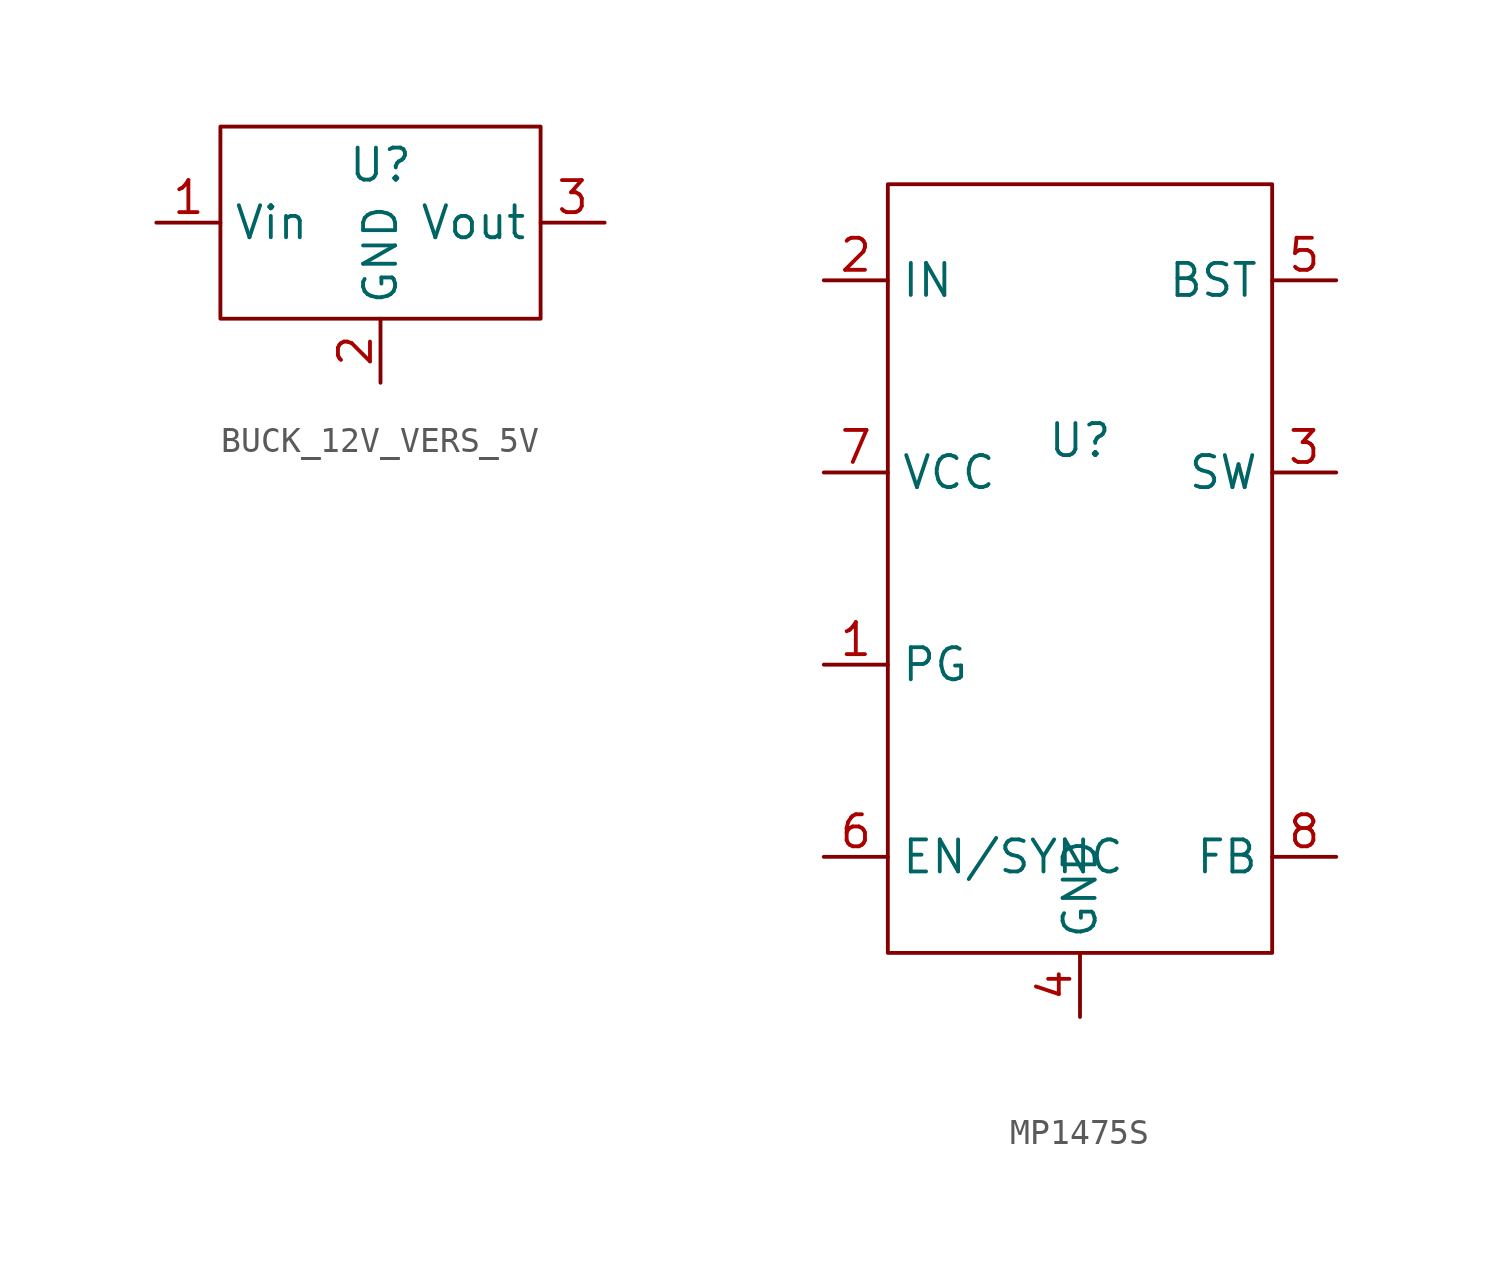
<source format=kicad_sym>
(kicad_symbol_lib
  (version 20231120)
  (generator "kicad_symbol_editor")
  (generator_version "8.0")
  (symbol "BUCK_12V_VERS_5V"
    (property "Reference" "U"
      (at 0 2.286 0)
      (effects (font (size 1.27 1.27))))
    (property "Value" ""
      (at 0 0 0)
      (effects (font (size 1.27 1.27))))
    (symbol "BUCK_12V_VERS_5V_0_1"
      (rectangle (start -6.35 3.81) (end 6.35 -3.81) (stroke (width 0) (type default)) (fill (type none))))
    (symbol "BUCK_12V_VERS_5V_1_1"
      (pin input line (at -8.89 0 0) (length 2.54) (name "Vin" (effects (font (size 1.27 1.27)))) (number "1" (effects (font (size 1.27 1.27)))))
      (pin input line (at 0 -6.35 90) (length 2.54) (name "GND" (effects (font (size 1.27 1.27)))) (number "2" (effects (font (size 1.27 1.27)))))
      (pin input line (at 8.89 0 180) (length 2.54) (name "Vout" (effects (font (size 1.27 1.27)))) (number "3" (effects (font (size 1.27 1.27)))))))
  (symbol "MP1475S"
    (property "Reference" "U"
      (at 0 3.81 0)
      (effects (font (size 1.27 1.27))))
    (property "Value" ""
      (at -1.27 0 0)
      (effects (font (size 1.27 1.27))))
    (symbol "MP1475S_0_1"
      (rectangle (start -7.62 13.97) (end 7.62 -16.51) (stroke (width 0) (type default)) (fill (type none))))
    (symbol "MP1475S_1_1"
      (pin passive line (at -10.16 -5.08 0) (length 2.54) (name "PG" (effects (font (size 1.27 1.27)))) (number "1" (effects (font (size 1.27 1.27)))))
      (pin input line (at -10.16 10.16 0) (length 2.54) (name "IN" (effects (font (size 1.27 1.27)))) (number "2" (effects (font (size 1.27 1.27)))))
      (pin passive line (at 10.16 2.54 180) (length 2.54) (name "SW" (effects (font (size 1.27 1.27)))) (number "3" (effects (font (size 1.27 1.27)))))
      (pin passive line (at 0 -19.05 90) (length 2.54) (name "GND" (effects (font (size 1.27 1.27)))) (number "4" (effects (font (size 1.27 1.27)))))
      (pin passive line (at 10.16 10.16 180) (length 2.54) (name "BST" (effects (font (size 1.27 1.27)))) (number "5" (effects (font (size 1.27 1.27)))))
      (pin passive line (at -10.16 -12.7 0) (length 2.54) (name "EN/SYNC" (effects (font (size 1.27 1.27)))) (number "6" (effects (font (size 1.27 1.27)))))
      (pin passive line (at -10.16 2.54 0) (length 2.54) (name "VCC" (effects (font (size 1.27 1.27)))) (number "7" (effects (font (size 1.27 1.27)))))
      (pin passive line (at 10.16 -12.7 180) (length 2.54) (name "FB" (effects (font (size 1.27 1.27)))) (number "8" (effects (font (size 1.27 1.27))))))))
</source>
